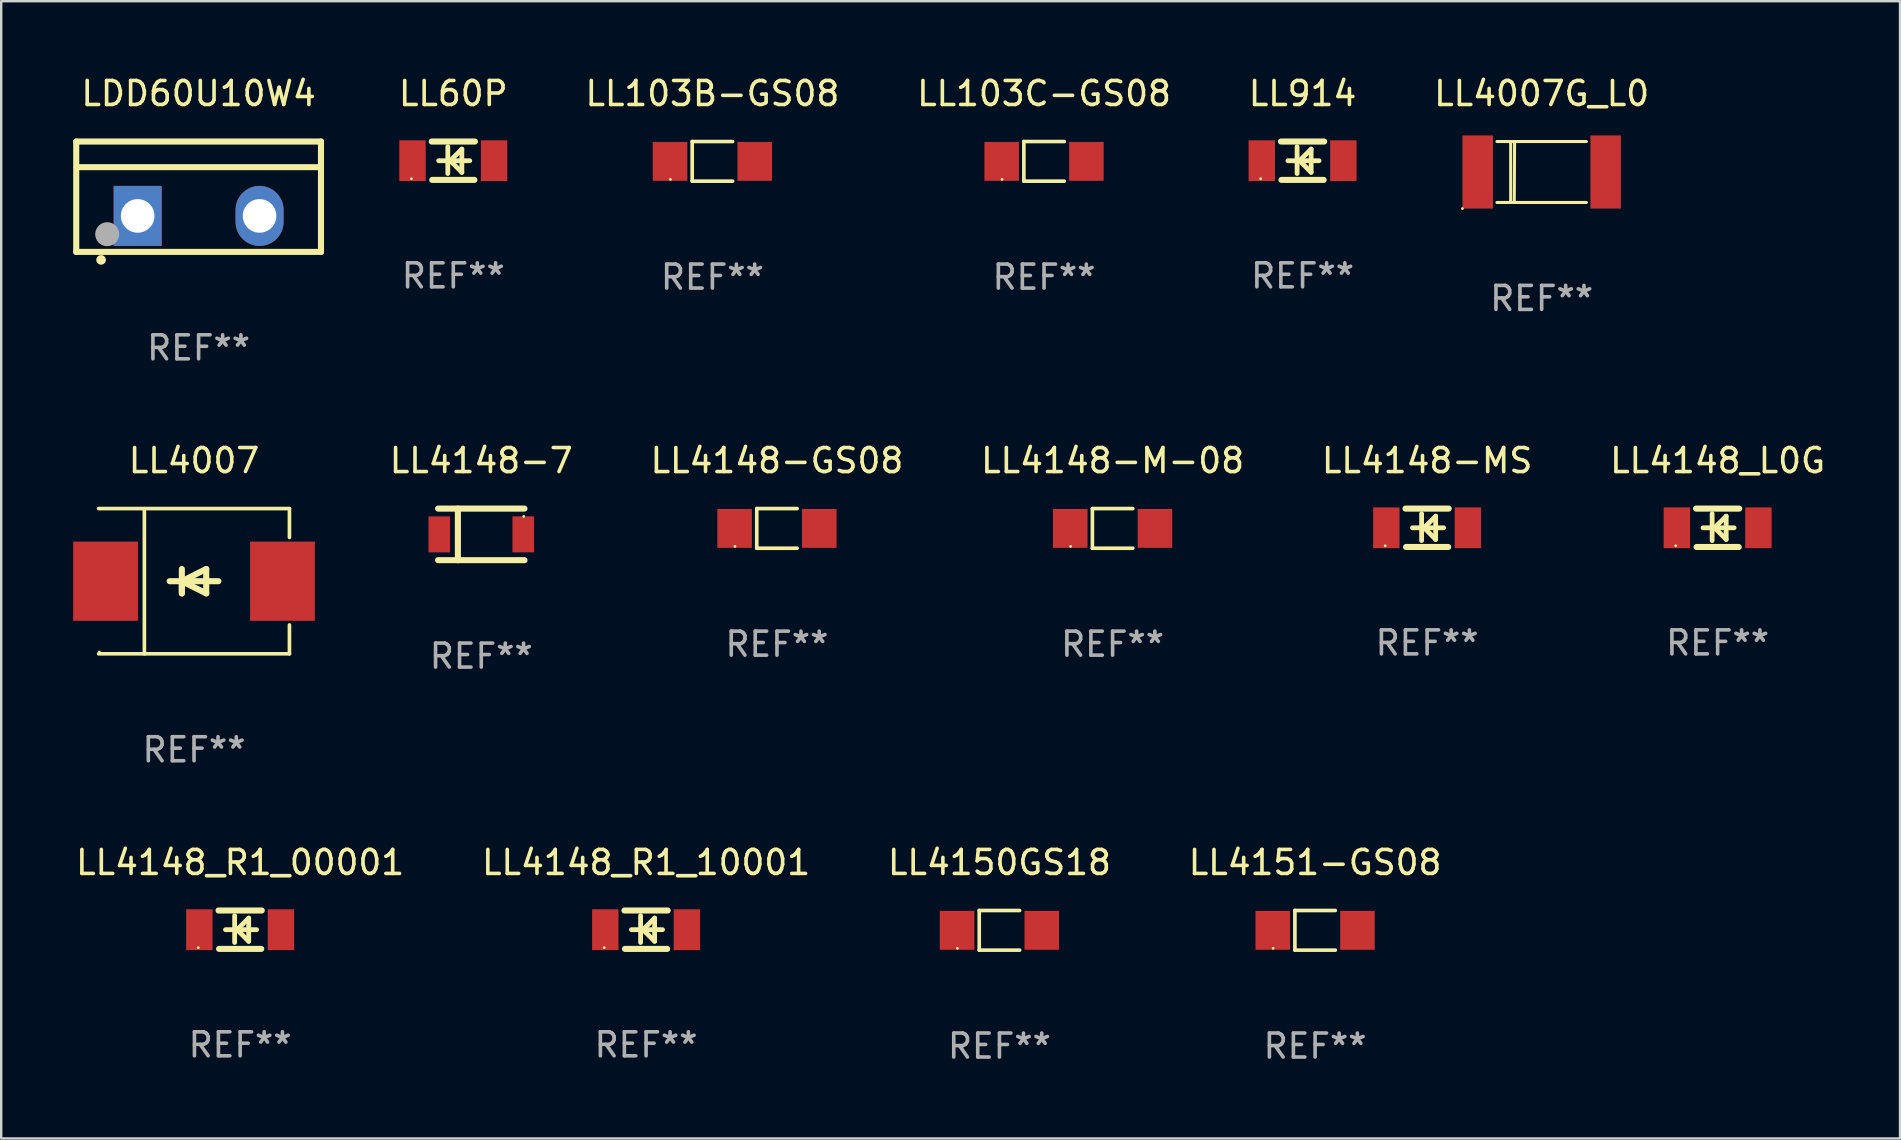
<source format=kicad_pcb>
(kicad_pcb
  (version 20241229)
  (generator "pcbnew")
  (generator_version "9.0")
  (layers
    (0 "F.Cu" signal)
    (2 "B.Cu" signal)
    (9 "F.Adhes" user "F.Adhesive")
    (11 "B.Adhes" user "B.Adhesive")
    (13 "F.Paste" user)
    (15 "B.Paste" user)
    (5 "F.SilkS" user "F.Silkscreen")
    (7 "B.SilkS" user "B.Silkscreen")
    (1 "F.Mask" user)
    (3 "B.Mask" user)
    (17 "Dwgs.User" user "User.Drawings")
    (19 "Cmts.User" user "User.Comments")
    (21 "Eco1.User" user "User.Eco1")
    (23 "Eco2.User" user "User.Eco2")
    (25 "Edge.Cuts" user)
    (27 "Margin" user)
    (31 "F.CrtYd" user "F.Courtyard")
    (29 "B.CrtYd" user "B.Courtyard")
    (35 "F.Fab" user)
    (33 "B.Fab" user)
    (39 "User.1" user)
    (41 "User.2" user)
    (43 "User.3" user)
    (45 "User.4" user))
  (footprint "LL4148-M-08"
    (layer "F.Cu")
    (at 43.317 18.971)
    (property "Reference" "LL4148-M-08" (at 0 -2.826 0) (layer "F.SilkS") (effects (font (size 1 1) (thickness 0.15))))
    (attr through_hole)
    (fp_line (start -0.842 -0.826) (end -0.842 0.826) (stroke (width 0.152) (type solid)) (layer "F.SilkS"))
    (fp_line (start -0.842 -0.826) (end 0.842 -0.826) (stroke (width 0.152) (type solid)) (layer "F.SilkS"))
    (fp_line (start -0.842 0.826) (end 0.842 0.826) (stroke (width 0.152) (type solid)) (layer "F.SilkS"))
    (fp_circle (center -1.75 0.75) (end -1.72 0.75) (stroke (width 0.06) (type solid)) (fill no) (layer "F.SilkS"))
    (fp_text user "REF**" (at 0 4.826 0) (layer "F.Fab") (effects (font (size 1 1) (thickness 0.15))))
    (pad "1" smd rect (at -1.765 0) (size 1.44 1.62) (layers "F.Cu" "F.Mask" "F.Paste"))
    (pad "2" smd rect (at 1.765 0) (size 1.44 1.62) (layers "F.Cu" "F.Mask" "F.Paste")))
  (footprint "LL60P"
    (layer "F.Cu")
    (at 15.841 3.648)
    (property "Reference" "LL60P" (at 0 -2.8 0) (layer "F.SilkS") (effects (font (size 1 1) (thickness 0.15))))
    (attr through_hole)
    (fp_line (start -0.9 -0.8) (end 0.9 -0.8) (stroke (width 0.254) (type solid)) (layer "F.SilkS"))
    (fp_line (start -0.878 0.8) (end 0.878 0.8) (stroke (width 0.254) (type solid)) (layer "F.SilkS"))
    (fp_line (start -0.61 0) (end 0.686 0) (stroke (width 0.2) (type solid)) (layer "F.SilkS"))
    (fp_line (start -0.229 -0.584) (end -0.229 0.533) (stroke (width 0.2) (type solid)) (layer "F.SilkS"))
    (fp_line (start -0.127 0) (end 0.356 -0.483) (stroke (width 0.2) (type solid)) (layer "F.SilkS"))
    (fp_line (start 0.356 -0.483) (end 0.356 0.483) (stroke (width 0.2) (type solid)) (layer "F.SilkS"))
    (fp_line (start 0.356 0.483) (end -0.102 0.025) (stroke (width 0.2) (type solid)) (layer "F.SilkS"))
    (fp_circle (center -1.746 0.75) (end -1.716 0.75) (stroke (width 0.06) (type solid)) (fill no) (layer "F.SilkS"))
    (fp_text user "REF**" (at 0 4.8 0) (layer "F.Fab") (effects (font (size 1 1) (thickness 0.15))))
    (pad "1" smd rect (at -1.7 0 180) (size 1.1 1.7) (layers "F.Cu" "F.Mask" "F.Paste"))
    (pad "2" smd rect (at 1.7 0 180) (size 1.1 1.7) (layers "F.Cu" "F.Mask" "F.Paste")))
  (footprint "LL4148-7"
    (layer "F.Cu")
    (at 17.007 19.22)
    (property "Reference" "LL4148-7" (at 0 -3.075 0) (layer "F.SilkS") (effects (font (size 1 1) (thickness 0.15))))
    (attr through_hole)
    (fp_line (start -0.975 1.075) (end -0.975 -1.075) (stroke (width 0.254) (type solid)) (layer "F.SilkS"))
    (fp_line (start 1.8 -1.075) (end -1.8 -1.075) (stroke (width 0.254) (type solid)) (layer "F.SilkS"))
    (fp_line (start 1.8 1.075) (end -1.8 1.075) (stroke (width 0.254) (type solid)) (layer "F.SilkS"))
    (fp_circle (center 1.77 -0.75) (end 1.8 -0.75) (stroke (width 0.06) (type solid)) (fill no) (layer "F.SilkS"))
    (fp_text user "REF**" (at 0 5.075 0) (layer "F.Fab") (effects (font (size 1 1) (thickness 0.15))))
    (pad "1" smd rect (at 1.75 0 180) (size 0.9 1.5) (layers "F.Cu" "F.Mask" "F.Paste"))
    (pad "2" smd rect (at -1.75 0 180) (size 0.9 1.5) (layers "F.Cu" "F.Mask" "F.Paste")))
  (footprint "LL4148_R1_10001"
    (layer "F.Cu")
    (at 23.875 35.694)
    (property "Reference" "LL4148_R1_10001" (at 0 -2.8 0) (layer "F.SilkS") (effects (font (size 1 1) (thickness 0.15))))
    (attr through_hole)
    (fp_line (start -0.9 -0.8) (end 0.9 -0.8) (stroke (width 0.254) (type solid)) (layer "F.SilkS"))
    (fp_line (start -0.878 0.8) (end 0.878 0.8) (stroke (width 0.254) (type solid)) (layer "F.SilkS"))
    (fp_line (start -0.61 0) (end 0.686 0) (stroke (width 0.2) (type solid)) (layer "F.SilkS"))
    (fp_line (start -0.229 -0.584) (end -0.229 0.533) (stroke (width 0.2) (type solid)) (layer "F.SilkS"))
    (fp_line (start -0.127 0) (end 0.356 -0.483) (stroke (width 0.2) (type solid)) (layer "F.SilkS"))
    (fp_line (start 0.356 -0.483) (end 0.356 0.483) (stroke (width 0.2) (type solid)) (layer "F.SilkS"))
    (fp_line (start 0.356 0.483) (end -0.102 0.025) (stroke (width 0.2) (type solid)) (layer "F.SilkS"))
    (fp_circle (center -1.746 0.75) (end -1.716 0.75) (stroke (width 0.06) (type solid)) (fill no) (layer "F.SilkS"))
    (fp_text user "REF**" (at 0 4.8 0) (layer "F.Fab") (effects (font (size 1 1) (thickness 0.15))))
    (pad "1" smd rect (at -1.7 0 180) (size 1.1 1.7) (layers "F.Cu" "F.Mask" "F.Paste"))
    (pad "2" smd rect (at 1.7 0 180) (size 1.1 1.7) (layers "F.Cu" "F.Mask" "F.Paste")))
  (footprint "LL4148_R1_00001"
    (layer "F.Cu")
    (at 6.958 35.694)
    (property "Reference" "LL4148_R1_00001" (at 0 -2.8 0) (layer "F.SilkS") (effects (font (size 1 1) (thickness 0.15))))
    (attr through_hole)
    (fp_line (start -0.9 -0.8) (end 0.9 -0.8) (stroke (width 0.254) (type solid)) (layer "F.SilkS"))
    (fp_line (start -0.878 0.8) (end 0.878 0.8) (stroke (width 0.254) (type solid)) (layer "F.SilkS"))
    (fp_line (start -0.61 0) (end 0.686 0) (stroke (width 0.2) (type solid)) (layer "F.SilkS"))
    (fp_line (start -0.229 -0.584) (end -0.229 0.533) (stroke (width 0.2) (type solid)) (layer "F.SilkS"))
    (fp_line (start -0.127 0) (end 0.356 -0.483) (stroke (width 0.2) (type solid)) (layer "F.SilkS"))
    (fp_line (start 0.356 -0.483) (end 0.356 0.483) (stroke (width 0.2) (type solid)) (layer "F.SilkS"))
    (fp_line (start 0.356 0.483) (end -0.102 0.025) (stroke (width 0.2) (type solid)) (layer "F.SilkS"))
    (fp_circle (center -1.746 0.75) (end -1.716 0.75) (stroke (width 0.06) (type solid)) (fill no) (layer "F.SilkS"))
    (fp_text user "REF**" (at 0 4.8 0) (layer "F.Fab") (effects (font (size 1 1) (thickness 0.15))))
    (pad "1" smd rect (at -1.7 0 180) (size 1.1 1.7) (layers "F.Cu" "F.Mask" "F.Paste"))
    (pad "2" smd rect (at 1.7 0 180) (size 1.1 1.7) (layers "F.Cu" "F.Mask" "F.Paste")))
  (footprint "LL914"
    (layer "F.Cu")
    (at 51.234 3.648)
    (property "Reference" "LL914" (at 0 -2.8 0) (layer "F.SilkS") (effects (font (size 1 1) (thickness 0.15))))
    (attr through_hole)
    (fp_line (start -0.9 -0.8) (end 0.9 -0.8) (stroke (width 0.254) (type solid)) (layer "F.SilkS"))
    (fp_line (start -0.878 0.8) (end 0.878 0.8) (stroke (width 0.254) (type solid)) (layer "F.SilkS"))
    (fp_line (start -0.61 0) (end 0.686 0) (stroke (width 0.2) (type solid)) (layer "F.SilkS"))
    (fp_line (start -0.229 -0.584) (end -0.229 0.533) (stroke (width 0.2) (type solid)) (layer "F.SilkS"))
    (fp_line (start -0.127 0) (end 0.356 -0.483) (stroke (width 0.2) (type solid)) (layer "F.SilkS"))
    (fp_line (start 0.356 -0.483) (end 0.356 0.483) (stroke (width 0.2) (type solid)) (layer "F.SilkS"))
    (fp_line (start 0.356 0.483) (end -0.102 0.025) (stroke (width 0.2) (type solid)) (layer "F.SilkS"))
    (fp_circle (center -1.746 0.75) (end -1.716 0.75) (stroke (width 0.06) (type solid)) (fill no) (layer "F.SilkS"))
    (fp_text user "REF**" (at 0 4.8 0) (layer "F.Fab") (effects (font (size 1 1) (thickness 0.15))))
    (pad "1" smd rect (at -1.7 0 180) (size 1.1 1.7) (layers "F.Cu" "F.Mask" "F.Paste"))
    (pad "2" smd rect (at 1.7 0 180) (size 1.1 1.7) (layers "F.Cu" "F.Mask" "F.Paste")))
  (footprint "LL4148-MS"
    (layer "F.Cu")
    (at 56.424 18.945)
    (property "Reference" "LL4148-MS" (at 0 -2.8 0) (layer "F.SilkS") (effects (font (size 1 1) (thickness 0.15))))
    (attr through_hole)
    (fp_line (start -0.9 -0.8) (end 0.9 -0.8) (stroke (width 0.254) (type solid)) (layer "F.SilkS"))
    (fp_line (start -0.878 0.8) (end 0.878 0.8) (stroke (width 0.254) (type solid)) (layer "F.SilkS"))
    (fp_line (start -0.61 0) (end 0.686 0) (stroke (width 0.2) (type solid)) (layer "F.SilkS"))
    (fp_line (start -0.229 -0.584) (end -0.229 0.533) (stroke (width 0.2) (type solid)) (layer "F.SilkS"))
    (fp_line (start -0.127 0) (end 0.356 -0.483) (stroke (width 0.2) (type solid)) (layer "F.SilkS"))
    (fp_line (start 0.356 -0.483) (end 0.356 0.483) (stroke (width 0.2) (type solid)) (layer "F.SilkS"))
    (fp_line (start 0.356 0.483) (end -0.102 0.025) (stroke (width 0.2) (type solid)) (layer "F.SilkS"))
    (fp_circle (center -1.746 0.75) (end -1.716 0.75) (stroke (width 0.06) (type solid)) (fill no) (layer "F.SilkS"))
    (fp_text user "REF**" (at 0 4.8 0) (layer "F.Fab") (effects (font (size 1 1) (thickness 0.15))))
    (pad "1" smd rect (at -1.7 0 180) (size 1.1 1.7) (layers "F.Cu" "F.Mask" "F.Paste"))
    (pad "2" smd rect (at 1.7 0 180) (size 1.1 1.7) (layers "F.Cu" "F.Mask" "F.Paste")))
  (footprint "LL4150GS18"
    (layer "F.Cu")
    (at 38.601 35.72)
    (property "Reference" "LL4150GS18" (at 0 -2.826 0) (layer "F.SilkS") (effects (font (size 1 1) (thickness 0.15))))
    (attr through_hole)
    (fp_line (start -0.842 -0.826) (end -0.842 0.826) (stroke (width 0.152) (type solid)) (layer "F.SilkS"))
    (fp_line (start -0.842 -0.826) (end 0.842 -0.826) (stroke (width 0.152) (type solid)) (layer "F.SilkS"))
    (fp_line (start -0.842 0.826) (end 0.842 0.826) (stroke (width 0.152) (type solid)) (layer "F.SilkS"))
    (fp_circle (center -1.75 0.75) (end -1.72 0.75) (stroke (width 0.06) (type solid)) (fill no) (layer "F.SilkS"))
    (fp_text user "REF**" (at 0 4.826 0) (layer "F.Fab") (effects (font (size 1 1) (thickness 0.15))))
    (pad "1" smd rect (at -1.765 0) (size 1.44 1.62) (layers "F.Cu" "F.Mask" "F.Paste"))
    (pad "2" smd rect (at 1.765 0) (size 1.44 1.62) (layers "F.Cu" "F.Mask" "F.Paste")))
  (footprint "LL4151-GS08"
    (layer "F.Cu")
    (at 51.756 35.72)
    (property "Reference" "LL4151-GS08" (at 0 -2.826 0) (layer "F.SilkS") (effects (font (size 1 1) (thickness 0.15))))
    (attr through_hole)
    (fp_line (start -0.842 -0.826) (end -0.842 0.826) (stroke (width 0.152) (type solid)) (layer "F.SilkS"))
    (fp_line (start -0.842 -0.826) (end 0.842 -0.826) (stroke (width 0.152) (type solid)) (layer "F.SilkS"))
    (fp_line (start -0.842 0.826) (end 0.842 0.826) (stroke (width 0.152) (type solid)) (layer "F.SilkS"))
    (fp_circle (center -1.75 0.75) (end -1.72 0.75) (stroke (width 0.06) (type solid)) (fill no) (layer "F.SilkS"))
    (fp_text user "REF**" (at 0 4.826 0) (layer "F.Fab") (effects (font (size 1 1) (thickness 0.15))))
    (pad "1" smd rect (at -1.765 0) (size 1.44 1.62) (layers "F.Cu" "F.Mask" "F.Paste"))
    (pad "2" smd rect (at 1.765 0) (size 1.44 1.62) (layers "F.Cu" "F.Mask" "F.Paste")))
  (footprint "LL4148-GS08"
    (layer "F.Cu")
    (at 29.329 18.971)
    (property "Reference" "LL4148-GS08" (at 0 -2.826 0) (layer "F.SilkS") (effects (font (size 1 1) (thickness 0.15))))
    (attr through_hole)
    (fp_line (start -0.842 -0.826) (end -0.842 0.826) (stroke (width 0.152) (type solid)) (layer "F.SilkS"))
    (fp_line (start -0.842 -0.826) (end 0.842 -0.826) (stroke (width 0.152) (type solid)) (layer "F.SilkS"))
    (fp_line (start -0.842 0.826) (end 0.842 0.826) (stroke (width 0.152) (type solid)) (layer "F.SilkS"))
    (fp_circle (center -1.75 0.75) (end -1.72 0.75) (stroke (width 0.06) (type solid)) (fill no) (layer "F.SilkS"))
    (fp_text user "REF**" (at 0 4.826 0) (layer "F.Fab") (effects (font (size 1 1) (thickness 0.15))))
    (pad "1" smd rect (at -1.765 0) (size 1.44 1.62) (layers "F.Cu" "F.Mask" "F.Paste"))
    (pad "2" smd rect (at 1.765 0) (size 1.44 1.62) (layers "F.Cu" "F.Mask" "F.Paste")))
  (footprint "LL4148_L0G"
    (layer "F.Cu")
    (at 68.531 18.945)
    (property "Reference" "LL4148_L0G" (at 0 -2.8 0) (layer "F.SilkS") (effects (font (size 1 1) (thickness 0.15))))
    (attr through_hole)
    (fp_line (start -0.9 -0.8) (end 0.9 -0.8) (stroke (width 0.254) (type solid)) (layer "F.SilkS"))
    (fp_line (start -0.878 0.8) (end 0.878 0.8) (stroke (width 0.254) (type solid)) (layer "F.SilkS"))
    (fp_line (start -0.61 0) (end 0.686 0) (stroke (width 0.2) (type solid)) (layer "F.SilkS"))
    (fp_line (start -0.229 -0.584) (end -0.229 0.533) (stroke (width 0.2) (type solid)) (layer "F.SilkS"))
    (fp_line (start -0.127 0) (end 0.356 -0.483) (stroke (width 0.2) (type solid)) (layer "F.SilkS"))
    (fp_line (start 0.356 -0.483) (end 0.356 0.483) (stroke (width 0.2) (type solid)) (layer "F.SilkS"))
    (fp_line (start 0.356 0.483) (end -0.102 0.025) (stroke (width 0.2) (type solid)) (layer "F.SilkS"))
    (fp_circle (center -1.746 0.75) (end -1.716 0.75) (stroke (width 0.06) (type solid)) (fill no) (layer "F.SilkS"))
    (fp_text user "REF**" (at 0 4.8 0) (layer "F.Fab") (effects (font (size 1 1) (thickness 0.15))))
    (pad "1" smd rect (at -1.7 0 180) (size 1.1 1.7) (layers "F.Cu" "F.Mask" "F.Paste"))
    (pad "2" smd rect (at 1.7 0 180) (size 1.1 1.7) (layers "F.Cu" "F.Mask" "F.Paste")))
  (footprint "LL103B-GS08"
    (layer "F.Cu")
    (at 26.639 3.674)
    (property "Reference" "LL103B-GS08" (at 0 -2.826 0) (layer "F.SilkS") (effects (font (size 1 1) (thickness 0.15))))
    (attr through_hole)
    (fp_line (start -0.842 -0.826) (end -0.842 0.826) (stroke (width 0.152) (type solid)) (layer "F.SilkS"))
    (fp_line (start -0.842 -0.826) (end 0.842 -0.826) (stroke (width 0.152) (type solid)) (layer "F.SilkS"))
    (fp_line (start -0.842 0.826) (end 0.842 0.826) (stroke (width 0.152) (type solid)) (layer "F.SilkS"))
    (fp_circle (center -1.75 0.75) (end -1.72 0.75) (stroke (width 0.06) (type solid)) (fill no) (layer "F.SilkS"))
    (fp_text user "REF**" (at 0 4.826 0) (layer "F.Fab") (effects (font (size 1 1) (thickness 0.15))))
    (pad "1" smd rect (at -1.765 0) (size 1.44 1.62) (layers "F.Cu" "F.Mask" "F.Paste"))
    (pad "2" smd rect (at 1.765 0) (size 1.44 1.62) (layers "F.Cu" "F.Mask" "F.Paste")))
  (footprint "LL4007G_L0"
    (layer "F.Cu")
    (at 61.198 4.118)
    (property "Reference" "LL4007G_L0" (at 0 -3.27 0) (layer "F.SilkS") (effects (font (size 1 1) (thickness 0.15))))
    (attr through_hole)
    (fp_line (start -1.292 1.27) (end -1.292 -1.27) (stroke (width 0.127) (type solid)) (layer "F.SilkS"))
    (fp_line (start -1.143 1.27) (end -1.129 -1.27) (stroke (width 0.127) (type solid)) (layer "F.SilkS"))
    (fp_line (start 1.864 -1.27) (end -1.864 -1.27) (stroke (width 0.127) (type solid)) (layer "F.SilkS"))
    (fp_line (start 1.864 1.27) (end -1.864 1.27) (stroke (width 0.127) (type solid)) (layer "F.SilkS"))
    (fp_circle (center -3.302 1.524) (end -3.272 1.524) (stroke (width 0.06) (type solid)) (fill no) (layer "F.SilkS"))
    (fp_text user "REF**" (at 0 5.27 0) (layer "F.Fab") (effects (font (size 1 1) (thickness 0.15))))
    (pad "1" smd rect (at -2.667 0) (size 1.27 3.048) (layers "F.Cu" "F.Mask" "F.Paste"))
    (pad "2" smd rect (at 2.667 0) (size 1.27 3.048) (layers "F.Cu" "F.Mask" "F.Paste")))
  (footprint "LL103C-GS08"
    (layer "F.Cu")
    (at 40.46 3.674)
    (property "Reference" "LL103C-GS08" (at 0 -2.826 0) (layer "F.SilkS") (effects (font (size 1 1) (thickness 0.15))))
    (attr through_hole)
    (fp_line (start -0.842 -0.826) (end -0.842 0.826) (stroke (width 0.152) (type solid)) (layer "F.SilkS"))
    (fp_line (start -0.842 -0.826) (end 0.842 -0.826) (stroke (width 0.152) (type solid)) (layer "F.SilkS"))
    (fp_line (start -0.842 0.826) (end 0.842 0.826) (stroke (width 0.152) (type solid)) (layer "F.SilkS"))
    (fp_circle (center -1.75 0.75) (end -1.72 0.75) (stroke (width 0.06) (type solid)) (fill no) (layer "F.SilkS"))
    (fp_text user "REF**" (at 0 4.826 0) (layer "F.Fab") (effects (font (size 1 1) (thickness 0.15))))
    (pad "1" smd rect (at -1.765 0) (size 1.44 1.62) (layers "F.Cu" "F.Mask" "F.Paste"))
    (pad "2" smd rect (at 1.765 0) (size 1.44 1.62) (layers "F.Cu" "F.Mask" "F.Paste")))
  (footprint "LDD60U10W4"
    (layer "F.Cu")
    (at 5.227 5.148)
    (property "Reference" "LDD60U10W4" (at 0 -4.3 0) (layer "F.SilkS") (effects (font (size 1 1) (thickness 0.15))))
    (attr through_hole)
    (fp_line (start -5.1 -2.3) (end -5.1 2.3) (stroke (width 0.254) (type solid)) (layer "F.SilkS"))
    (fp_line (start -5.1 2.3) (end 5.1 2.3) (stroke (width 0.254) (type solid)) (layer "F.SilkS"))
    (fp_line (start -5.08 -1.232) (end 5.1 -1.232) (stroke (width 0.254) (type solid)) (layer "F.SilkS"))
    (fp_line (start 5.1 -2.3) (end -5.1 -2.3) (stroke (width 0.254) (type solid)) (layer "F.SilkS"))
    (fp_line (start 5.1 -2.3) (end 5.1 2.3) (stroke (width 0.254) (type solid)) (layer "F.SilkS"))
    (fp_arc (start -4.065278 2.632004) (mid -4.064008 2.632) (end -4.062738 2.632004) (stroke (width 0.4) (type solid)) (layer "F.SilkS"))
    (fp_circle (center -5.1 2.32) (end -5.07 2.32) (stroke (width 0.06) (type solid)) (fill no) (layer "F.SilkS"))
    (fp_circle (center -3.81 1.562) (end -3.56 1.562) (stroke (width 0.5) (type solid)) (fill no) (layer "F.Fab"))
    (fp_text user "REF**" (at 0 6.3 0) (layer "F.Fab") (effects (font (size 1 1) (thickness 0.15))))
    (pad "1" thru_hole rect (at -2.54 0.8) (size 2 2.5) (drill 1.4) (layers "*.Cu" "*.Mask"))
    (pad "2" thru_hole oval (at 2.54 0.8) (size 2 2.5) (drill 1.4) (layers "*.Cu" "*.Mask")))
  (footprint "LL4007"
    (layer "F.Cu")
    (at 5.036 21.171)
    (property "Reference" "LL4007" (at 0 -5.026 0) (layer "F.SilkS") (effects (font (size 1 1) (thickness 0.15))))
    (attr through_hole)
    (fp_line (start -3.976 -3.026) (end 3.976 -3.026) (stroke (width 0.152) (type solid)) (layer "F.SilkS"))
    (fp_line (start -3.976 3.026) (end 3.976 3.026) (stroke (width 0.152) (type solid)) (layer "F.SilkS"))
    (fp_line (start -2.069 -3.026) (end -2.069 3.026) (stroke (width 0.152) (type solid)) (layer "F.SilkS"))
    (fp_line (start -0.508 0) (end -0.508 0.508) (stroke (width 0.254) (type solid)) (layer "F.SilkS"))
    (fp_line (start -0.508 0) (end 0.508 0.508) (stroke (width 0.254) (type solid)) (layer "F.SilkS"))
    (fp_line (start -0.508 0.508) (end -0.508 -0.508) (stroke (width 0.254) (type solid)) (layer "F.SilkS"))
    (fp_line (start 0.508 -0.508) (end -0.508 0) (stroke (width 0.254) (type solid)) (layer "F.SilkS"))
    (fp_line (start 0.508 0.508) (end 0.508 -0.508) (stroke (width 0.254) (type solid)) (layer "F.SilkS"))
    (fp_line (start 1.016 0) (end -1.016 0) (stroke (width 0.254) (type solid)) (layer "F.SilkS"))
    (fp_line (start 3.976 -3.026) (end 3.976 -1.823) (stroke (width 0.152) (type solid)) (layer "F.SilkS"))
    (fp_line (start 3.976 3.026) (end 3.976 1.823) (stroke (width 0.152) (type solid)) (layer "F.SilkS"))
    (fp_circle (center -3.95 2.95) (end -3.92 2.95) (stroke (width 0.06) (type solid)) (fill no) (layer "F.SilkS"))
    (fp_text user "REF**" (at 0 7.026 0) (layer "F.Fab") (effects (font (size 1 1) (thickness 0.15))))
    (pad "1" smd rect (at -3.686 0) (size 2.7 3.3) (layers "F.Cu" "F.Mask" "F.Paste"))
    (pad "2" smd rect (at 3.686 0) (size 2.7 3.3) (layers "F.Cu" "F.Mask" "F.Paste")))
  (gr_rect
    (start -3 -3)
    (end 76.132 44.394)
    (stroke (width 0.1) (type default))
    (fill no)
    (layer "Edge.Cuts")))
</source>
